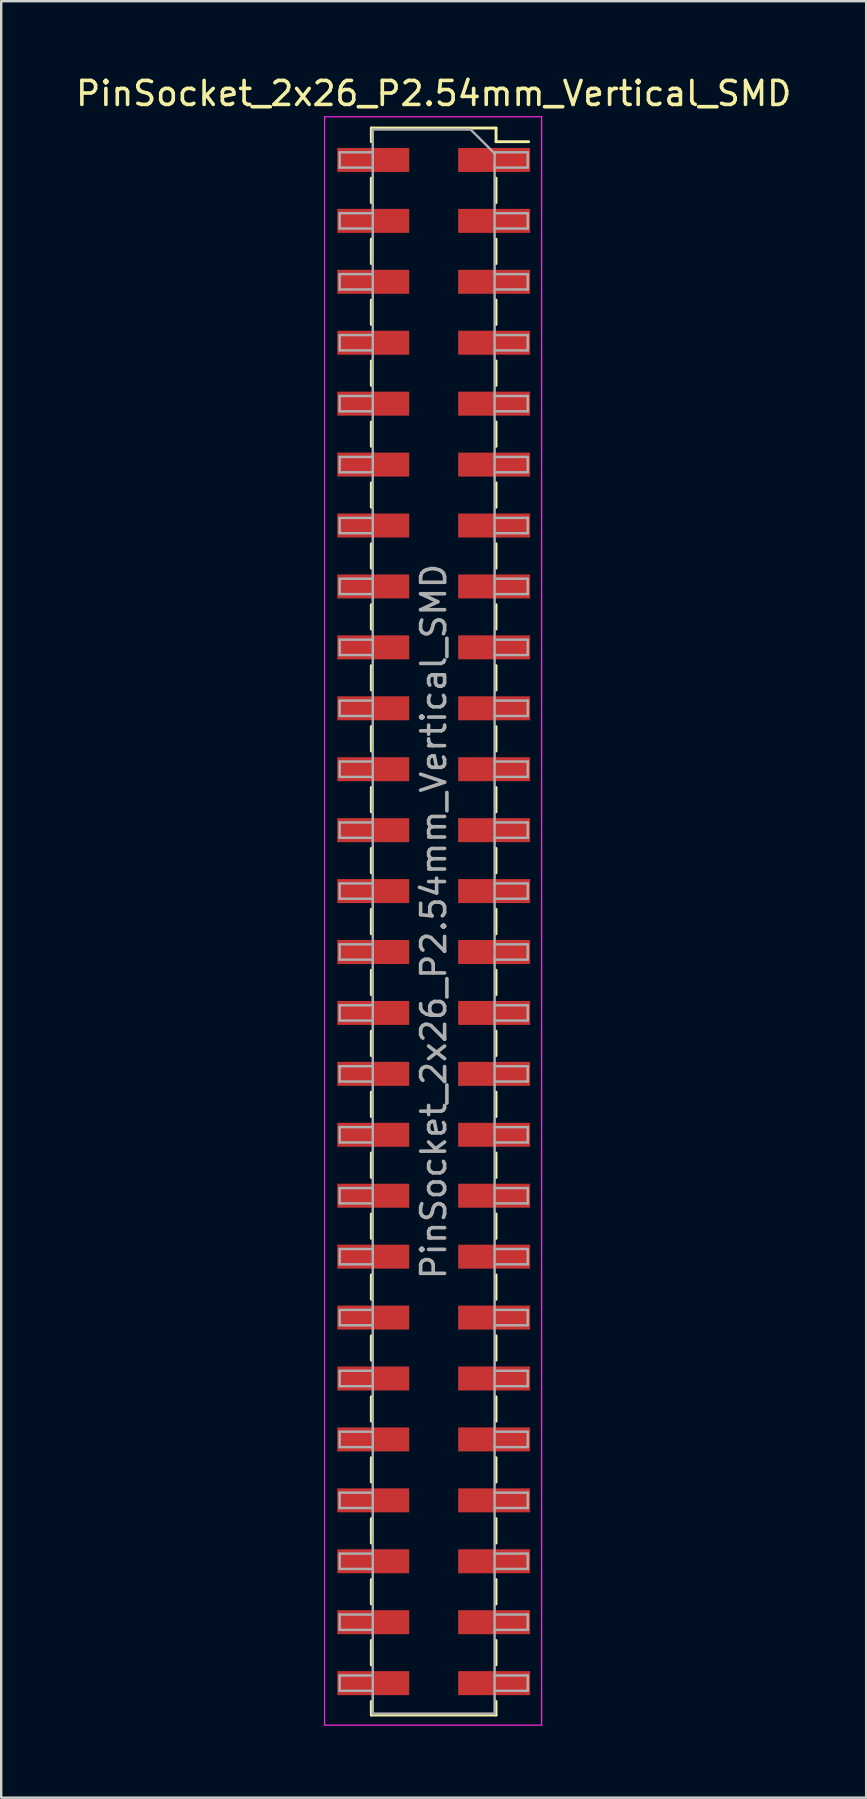
<source format=kicad_pcb>
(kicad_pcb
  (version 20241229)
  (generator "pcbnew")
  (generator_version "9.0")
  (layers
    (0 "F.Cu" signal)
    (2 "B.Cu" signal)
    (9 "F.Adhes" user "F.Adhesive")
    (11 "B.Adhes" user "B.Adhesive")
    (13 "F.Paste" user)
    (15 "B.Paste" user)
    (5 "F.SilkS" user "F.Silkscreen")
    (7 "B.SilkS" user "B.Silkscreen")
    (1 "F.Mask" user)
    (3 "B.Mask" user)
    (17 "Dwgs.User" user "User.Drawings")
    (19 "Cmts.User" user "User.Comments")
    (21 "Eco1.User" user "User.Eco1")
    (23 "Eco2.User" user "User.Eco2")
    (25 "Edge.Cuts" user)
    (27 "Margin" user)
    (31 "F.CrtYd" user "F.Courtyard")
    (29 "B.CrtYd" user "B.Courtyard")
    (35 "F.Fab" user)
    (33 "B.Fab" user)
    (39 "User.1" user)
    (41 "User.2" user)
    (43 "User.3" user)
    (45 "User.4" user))
  (footprint "PinSocket_2x26_P2.54mm_Vertical_SMD"
    (layer "F.Cu")
    (at 15.03 35.368)
    (property "Reference" "PinSocket_2x26_P2.54mm_Vertical_SMD" (at 0 -34.52 0) (layer "F.SilkS") (effects (font (size 1 1) (thickness 0.15))))
    (attr smd)
    (fp_line (start -2.6 -33.08) (end -2.6 -32.51) (stroke (width 0.12) (type solid)) (layer "F.SilkS"))
    (fp_line (start -2.6 -33.08) (end 2.6 -33.08) (stroke (width 0.12) (type solid)) (layer "F.SilkS"))
    (fp_line (start -2.6 -30.99) (end -2.6 -29.97) (stroke (width 0.12) (type solid)) (layer "F.SilkS"))
    (fp_line (start -2.6 -28.45) (end -2.6 -27.43) (stroke (width 0.12) (type solid)) (layer "F.SilkS"))
    (fp_line (start -2.6 -25.91) (end -2.6 -24.89) (stroke (width 0.12) (type solid)) (layer "F.SilkS"))
    (fp_line (start -2.6 -23.37) (end -2.6 -22.35) (stroke (width 0.12) (type solid)) (layer "F.SilkS"))
    (fp_line (start -2.6 -20.83) (end -2.6 -19.81) (stroke (width 0.12) (type solid)) (layer "F.SilkS"))
    (fp_line (start -2.6 -18.29) (end -2.6 -17.27) (stroke (width 0.12) (type solid)) (layer "F.SilkS"))
    (fp_line (start -2.6 -15.75) (end -2.6 -14.73) (stroke (width 0.12) (type solid)) (layer "F.SilkS"))
    (fp_line (start -2.6 -13.21) (end -2.6 -12.19) (stroke (width 0.12) (type solid)) (layer "F.SilkS"))
    (fp_line (start -2.6 -10.67) (end -2.6 -9.65) (stroke (width 0.12) (type solid)) (layer "F.SilkS"))
    (fp_line (start -2.6 -8.13) (end -2.6 -7.11) (stroke (width 0.12) (type solid)) (layer "F.SilkS"))
    (fp_line (start -2.6 -5.59) (end -2.6 -4.57) (stroke (width 0.12) (type solid)) (layer "F.SilkS"))
    (fp_line (start -2.6 -3.05) (end -2.6 -2.03) (stroke (width 0.12) (type solid)) (layer "F.SilkS"))
    (fp_line (start -2.6 -0.51) (end -2.6 0.51) (stroke (width 0.12) (type solid)) (layer "F.SilkS"))
    (fp_line (start -2.6 2.03) (end -2.6 3.05) (stroke (width 0.12) (type solid)) (layer "F.SilkS"))
    (fp_line (start -2.6 4.57) (end -2.6 5.59) (stroke (width 0.12) (type solid)) (layer "F.SilkS"))
    (fp_line (start -2.6 7.11) (end -2.6 8.13) (stroke (width 0.12) (type solid)) (layer "F.SilkS"))
    (fp_line (start -2.6 9.65) (end -2.6 10.67) (stroke (width 0.12) (type solid)) (layer "F.SilkS"))
    (fp_line (start -2.6 12.19) (end -2.6 13.21) (stroke (width 0.12) (type solid)) (layer "F.SilkS"))
    (fp_line (start -2.6 14.73) (end -2.6 15.75) (stroke (width 0.12) (type solid)) (layer "F.SilkS"))
    (fp_line (start -2.6 17.27) (end -2.6 18.29) (stroke (width 0.12) (type solid)) (layer "F.SilkS"))
    (fp_line (start -2.6 19.81) (end -2.6 20.83) (stroke (width 0.12) (type solid)) (layer "F.SilkS"))
    (fp_line (start -2.6 22.35) (end -2.6 23.37) (stroke (width 0.12) (type solid)) (layer "F.SilkS"))
    (fp_line (start -2.6 24.89) (end -2.6 25.91) (stroke (width 0.12) (type solid)) (layer "F.SilkS"))
    (fp_line (start -2.6 27.43) (end -2.6 28.45) (stroke (width 0.12) (type solid)) (layer "F.SilkS"))
    (fp_line (start -2.6 29.97) (end -2.6 30.99) (stroke (width 0.12) (type solid)) (layer "F.SilkS"))
    (fp_line (start -2.6 32.51) (end -2.6 33.08) (stroke (width 0.12) (type solid)) (layer "F.SilkS"))
    (fp_line (start -2.6 33.08) (end 2.6 33.08) (stroke (width 0.12) (type solid)) (layer "F.SilkS"))
    (fp_line (start 2.6 -33.08) (end 2.6 -32.51) (stroke (width 0.12) (type solid)) (layer "F.SilkS"))
    (fp_line (start 2.6 -32.51) (end 3.96 -32.51) (stroke (width 0.12) (type solid)) (layer "F.SilkS"))
    (fp_line (start 2.6 -30.99) (end 2.6 -29.97) (stroke (width 0.12) (type solid)) (layer "F.SilkS"))
    (fp_line (start 2.6 -28.45) (end 2.6 -27.43) (stroke (width 0.12) (type solid)) (layer "F.SilkS"))
    (fp_line (start 2.6 -25.91) (end 2.6 -24.89) (stroke (width 0.12) (type solid)) (layer "F.SilkS"))
    (fp_line (start 2.6 -23.37) (end 2.6 -22.35) (stroke (width 0.12) (type solid)) (layer "F.SilkS"))
    (fp_line (start 2.6 -20.83) (end 2.6 -19.81) (stroke (width 0.12) (type solid)) (layer "F.SilkS"))
    (fp_line (start 2.6 -18.29) (end 2.6 -17.27) (stroke (width 0.12) (type solid)) (layer "F.SilkS"))
    (fp_line (start 2.6 -15.75) (end 2.6 -14.73) (stroke (width 0.12) (type solid)) (layer "F.SilkS"))
    (fp_line (start 2.6 -13.21) (end 2.6 -12.19) (stroke (width 0.12) (type solid)) (layer "F.SilkS"))
    (fp_line (start 2.6 -10.67) (end 2.6 -9.65) (stroke (width 0.12) (type solid)) (layer "F.SilkS"))
    (fp_line (start 2.6 -8.13) (end 2.6 -7.11) (stroke (width 0.12) (type solid)) (layer "F.SilkS"))
    (fp_line (start 2.6 -5.59) (end 2.6 -4.57) (stroke (width 0.12) (type solid)) (layer "F.SilkS"))
    (fp_line (start 2.6 -3.05) (end 2.6 -2.03) (stroke (width 0.12) (type solid)) (layer "F.SilkS"))
    (fp_line (start 2.6 -0.51) (end 2.6 0.51) (stroke (width 0.12) (type solid)) (layer "F.SilkS"))
    (fp_line (start 2.6 2.03) (end 2.6 3.05) (stroke (width 0.12) (type solid)) (layer "F.SilkS"))
    (fp_line (start 2.6 4.57) (end 2.6 5.59) (stroke (width 0.12) (type solid)) (layer "F.SilkS"))
    (fp_line (start 2.6 7.11) (end 2.6 8.13) (stroke (width 0.12) (type solid)) (layer "F.SilkS"))
    (fp_line (start 2.6 9.65) (end 2.6 10.67) (stroke (width 0.12) (type solid)) (layer "F.SilkS"))
    (fp_line (start 2.6 12.19) (end 2.6 13.21) (stroke (width 0.12) (type solid)) (layer "F.SilkS"))
    (fp_line (start 2.6 14.73) (end 2.6 15.75) (stroke (width 0.12) (type solid)) (layer "F.SilkS"))
    (fp_line (start 2.6 17.27) (end 2.6 18.29) (stroke (width 0.12) (type solid)) (layer "F.SilkS"))
    (fp_line (start 2.6 19.81) (end 2.6 20.83) (stroke (width 0.12) (type solid)) (layer "F.SilkS"))
    (fp_line (start 2.6 22.35) (end 2.6 23.37) (stroke (width 0.12) (type solid)) (layer "F.SilkS"))
    (fp_line (start 2.6 24.89) (end 2.6 25.91) (stroke (width 0.12) (type solid)) (layer "F.SilkS"))
    (fp_line (start 2.6 27.43) (end 2.6 28.45) (stroke (width 0.12) (type solid)) (layer "F.SilkS"))
    (fp_line (start 2.6 29.97) (end 2.6 30.99) (stroke (width 0.12) (type solid)) (layer "F.SilkS"))
    (fp_line (start 2.6 32.51) (end 2.6 33.08) (stroke (width 0.12) (type solid)) (layer "F.SilkS"))
    (fp_line (start -4.55 -33.55) (end 4.5 -33.55) (stroke (width 0.05) (type solid)) (layer "F.CrtYd"))
    (fp_line (start -4.55 33.5) (end -4.55 -33.55) (stroke (width 0.05) (type solid)) (layer "F.CrtYd"))
    (fp_line (start 4.5 -33.55) (end 4.5 33.5) (stroke (width 0.05) (type solid)) (layer "F.CrtYd"))
    (fp_line (start 4.5 33.5) (end -4.55 33.5) (stroke (width 0.05) (type solid)) (layer "F.CrtYd"))
    (fp_line (start -3.92 -32.07) (end -2.54 -32.07) (stroke (width 0.1) (type solid)) (layer "F.Fab"))
    (fp_line (start -3.92 -31.43) (end -3.92 -32.07) (stroke (width 0.1) (type solid)) (layer "F.Fab"))
    (fp_line (start -3.92 -29.53) (end -2.54 -29.53) (stroke (width 0.1) (type solid)) (layer "F.Fab"))
    (fp_line (start -3.92 -28.89) (end -3.92 -29.53) (stroke (width 0.1) (type solid)) (layer "F.Fab"))
    (fp_line (start -3.92 -26.99) (end -2.54 -26.99) (stroke (width 0.1) (type solid)) (layer "F.Fab"))
    (fp_line (start -3.92 -26.35) (end -3.92 -26.99) (stroke (width 0.1) (type solid)) (layer "F.Fab"))
    (fp_line (start -3.92 -24.45) (end -2.54 -24.45) (stroke (width 0.1) (type solid)) (layer "F.Fab"))
    (fp_line (start -3.92 -23.81) (end -3.92 -24.45) (stroke (width 0.1) (type solid)) (layer "F.Fab"))
    (fp_line (start -3.92 -21.91) (end -2.54 -21.91) (stroke (width 0.1) (type solid)) (layer "F.Fab"))
    (fp_line (start -3.92 -21.27) (end -3.92 -21.91) (stroke (width 0.1) (type solid)) (layer "F.Fab"))
    (fp_line (start -3.92 -19.37) (end -2.54 -19.37) (stroke (width 0.1) (type solid)) (layer "F.Fab"))
    (fp_line (start -3.92 -18.73) (end -3.92 -19.37) (stroke (width 0.1) (type solid)) (layer "F.Fab"))
    (fp_line (start -3.92 -16.83) (end -2.54 -16.83) (stroke (width 0.1) (type solid)) (layer "F.Fab"))
    (fp_line (start -3.92 -16.19) (end -3.92 -16.83) (stroke (width 0.1) (type solid)) (layer "F.Fab"))
    (fp_line (start -3.92 -14.29) (end -2.54 -14.29) (stroke (width 0.1) (type solid)) (layer "F.Fab"))
    (fp_line (start -3.92 -13.65) (end -3.92 -14.29) (stroke (width 0.1) (type solid)) (layer "F.Fab"))
    (fp_line (start -3.92 -11.75) (end -2.54 -11.75) (stroke (width 0.1) (type solid)) (layer "F.Fab"))
    (fp_line (start -3.92 -11.11) (end -3.92 -11.75) (stroke (width 0.1) (type solid)) (layer "F.Fab"))
    (fp_line (start -3.92 -9.21) (end -2.54 -9.21) (stroke (width 0.1) (type solid)) (layer "F.Fab"))
    (fp_line (start -3.92 -8.57) (end -3.92 -9.21) (stroke (width 0.1) (type solid)) (layer "F.Fab"))
    (fp_line (start -3.92 -6.67) (end -2.54 -6.67) (stroke (width 0.1) (type solid)) (layer "F.Fab"))
    (fp_line (start -3.92 -6.03) (end -3.92 -6.67) (stroke (width 0.1) (type solid)) (layer "F.Fab"))
    (fp_line (start -3.92 -4.13) (end -2.54 -4.13) (stroke (width 0.1) (type solid)) (layer "F.Fab"))
    (fp_line (start -3.92 -3.49) (end -3.92 -4.13) (stroke (width 0.1) (type solid)) (layer "F.Fab"))
    (fp_line (start -3.92 -1.59) (end -2.54 -1.59) (stroke (width 0.1) (type solid)) (layer "F.Fab"))
    (fp_line (start -3.92 -0.95) (end -3.92 -1.59) (stroke (width 0.1) (type solid)) (layer "F.Fab"))
    (fp_line (start -3.92 0.95) (end -2.54 0.95) (stroke (width 0.1) (type solid)) (layer "F.Fab"))
    (fp_line (start -3.92 1.59) (end -3.92 0.95) (stroke (width 0.1) (type solid)) (layer "F.Fab"))
    (fp_line (start -3.92 3.49) (end -2.54 3.49) (stroke (width 0.1) (type solid)) (layer "F.Fab"))
    (fp_line (start -3.92 4.13) (end -3.92 3.49) (stroke (width 0.1) (type solid)) (layer "F.Fab"))
    (fp_line (start -3.92 6.03) (end -2.54 6.03) (stroke (width 0.1) (type solid)) (layer "F.Fab"))
    (fp_line (start -3.92 6.67) (end -3.92 6.03) (stroke (width 0.1) (type solid)) (layer "F.Fab"))
    (fp_line (start -3.92 8.57) (end -2.54 8.57) (stroke (width 0.1) (type solid)) (layer "F.Fab"))
    (fp_line (start -3.92 9.21) (end -3.92 8.57) (stroke (width 0.1) (type solid)) (layer "F.Fab"))
    (fp_line (start -3.92 11.11) (end -2.54 11.11) (stroke (width 0.1) (type solid)) (layer "F.Fab"))
    (fp_line (start -3.92 11.75) (end -3.92 11.11) (stroke (width 0.1) (type solid)) (layer "F.Fab"))
    (fp_line (start -3.92 13.65) (end -2.54 13.65) (stroke (width 0.1) (type solid)) (layer "F.Fab"))
    (fp_line (start -3.92 14.29) (end -3.92 13.65) (stroke (width 0.1) (type solid)) (layer "F.Fab"))
    (fp_line (start -3.92 16.19) (end -2.54 16.19) (stroke (width 0.1) (type solid)) (layer "F.Fab"))
    (fp_line (start -3.92 16.83) (end -3.92 16.19) (stroke (width 0.1) (type solid)) (layer "F.Fab"))
    (fp_line (start -3.92 18.73) (end -2.54 18.73) (stroke (width 0.1) (type solid)) (layer "F.Fab"))
    (fp_line (start -3.92 19.37) (end -3.92 18.73) (stroke (width 0.1) (type solid)) (layer "F.Fab"))
    (fp_line (start -3.92 21.27) (end -2.54 21.27) (stroke (width 0.1) (type solid)) (layer "F.Fab"))
    (fp_line (start -3.92 21.91) (end -3.92 21.27) (stroke (width 0.1) (type solid)) (layer "F.Fab"))
    (fp_line (start -3.92 23.81) (end -2.54 23.81) (stroke (width 0.1) (type solid)) (layer "F.Fab"))
    (fp_line (start -3.92 24.45) (end -3.92 23.81) (stroke (width 0.1) (type solid)) (layer "F.Fab"))
    (fp_line (start -3.92 26.35) (end -2.54 26.35) (stroke (width 0.1) (type solid)) (layer "F.Fab"))
    (fp_line (start -3.92 26.99) (end -3.92 26.35) (stroke (width 0.1) (type solid)) (layer "F.Fab"))
    (fp_line (start -3.92 28.89) (end -2.54 28.89) (stroke (width 0.1) (type solid)) (layer "F.Fab"))
    (fp_line (start -3.92 29.53) (end -3.92 28.89) (stroke (width 0.1) (type solid)) (layer "F.Fab"))
    (fp_line (start -3.92 31.43) (end -2.54 31.43) (stroke (width 0.1) (type solid)) (layer "F.Fab"))
    (fp_line (start -3.92 32.07) (end -3.92 31.43) (stroke (width 0.1) (type solid)) (layer "F.Fab"))
    (fp_line (start -2.54 -33.02) (end 1.54 -33.02) (stroke (width 0.1) (type solid)) (layer "F.Fab"))
    (fp_line (start -2.54 -31.43) (end -3.92 -31.43) (stroke (width 0.1) (type solid)) (layer "F.Fab"))
    (fp_line (start -2.54 -28.89) (end -3.92 -28.89) (stroke (width 0.1) (type solid)) (layer "F.Fab"))
    (fp_line (start -2.54 -26.35) (end -3.92 -26.35) (stroke (width 0.1) (type solid)) (layer "F.Fab"))
    (fp_line (start -2.54 -23.81) (end -3.92 -23.81) (stroke (width 0.1) (type solid)) (layer "F.Fab"))
    (fp_line (start -2.54 -21.27) (end -3.92 -21.27) (stroke (width 0.1) (type solid)) (layer "F.Fab"))
    (fp_line (start -2.54 -18.73) (end -3.92 -18.73) (stroke (width 0.1) (type solid)) (layer "F.Fab"))
    (fp_line (start -2.54 -16.19) (end -3.92 -16.19) (stroke (width 0.1) (type solid)) (layer "F.Fab"))
    (fp_line (start -2.54 -13.65) (end -3.92 -13.65) (stroke (width 0.1) (type solid)) (layer "F.Fab"))
    (fp_line (start -2.54 -11.11) (end -3.92 -11.11) (stroke (width 0.1) (type solid)) (layer "F.Fab"))
    (fp_line (start -2.54 -8.57) (end -3.92 -8.57) (stroke (width 0.1) (type solid)) (layer "F.Fab"))
    (fp_line (start -2.54 -6.03) (end -3.92 -6.03) (stroke (width 0.1) (type solid)) (layer "F.Fab"))
    (fp_line (start -2.54 -3.49) (end -3.92 -3.49) (stroke (width 0.1) (type solid)) (layer "F.Fab"))
    (fp_line (start -2.54 -0.95) (end -3.92 -0.95) (stroke (width 0.1) (type solid)) (layer "F.Fab"))
    (fp_line (start -2.54 1.59) (end -3.92 1.59) (stroke (width 0.1) (type solid)) (layer "F.Fab"))
    (fp_line (start -2.54 4.13) (end -3.92 4.13) (stroke (width 0.1) (type solid)) (layer "F.Fab"))
    (fp_line (start -2.54 6.67) (end -3.92 6.67) (stroke (width 0.1) (type solid)) (layer "F.Fab"))
    (fp_line (start -2.54 9.21) (end -3.92 9.21) (stroke (width 0.1) (type solid)) (layer "F.Fab"))
    (fp_line (start -2.54 11.75) (end -3.92 11.75) (stroke (width 0.1) (type solid)) (layer "F.Fab"))
    (fp_line (start -2.54 14.29) (end -3.92 14.29) (stroke (width 0.1) (type solid)) (layer "F.Fab"))
    (fp_line (start -2.54 16.83) (end -3.92 16.83) (stroke (width 0.1) (type solid)) (layer "F.Fab"))
    (fp_line (start -2.54 19.37) (end -3.92 19.37) (stroke (width 0.1) (type solid)) (layer "F.Fab"))
    (fp_line (start -2.54 21.91) (end -3.92 21.91) (stroke (width 0.1) (type solid)) (layer "F.Fab"))
    (fp_line (start -2.54 24.45) (end -3.92 24.45) (stroke (width 0.1) (type solid)) (layer "F.Fab"))
    (fp_line (start -2.54 26.99) (end -3.92 26.99) (stroke (width 0.1) (type solid)) (layer "F.Fab"))
    (fp_line (start -2.54 29.53) (end -3.92 29.53) (stroke (width 0.1) (type solid)) (layer "F.Fab"))
    (fp_line (start -2.54 32.07) (end -3.92 32.07) (stroke (width 0.1) (type solid)) (layer "F.Fab"))
    (fp_line (start -2.54 33.02) (end -2.54 -33.02) (stroke (width 0.1) (type solid)) (layer "F.Fab"))
    (fp_line (start 1.54 -33.02) (end 2.54 -32.02) (stroke (width 0.1) (type solid)) (layer "F.Fab"))
    (fp_line (start 2.54 -32.07) (end 3.92 -32.07) (stroke (width 0.1) (type solid)) (layer "F.Fab"))
    (fp_line (start 2.54 -32.02) (end 2.54 33.02) (stroke (width 0.1) (type solid)) (layer "F.Fab"))
    (fp_line (start 2.54 -29.53) (end 3.92 -29.53) (stroke (width 0.1) (type solid)) (layer "F.Fab"))
    (fp_line (start 2.54 -26.99) (end 3.92 -26.99) (stroke (width 0.1) (type solid)) (layer "F.Fab"))
    (fp_line (start 2.54 -24.45) (end 3.92 -24.45) (stroke (width 0.1) (type solid)) (layer "F.Fab"))
    (fp_line (start 2.54 -21.91) (end 3.92 -21.91) (stroke (width 0.1) (type solid)) (layer "F.Fab"))
    (fp_line (start 2.54 -19.37) (end 3.92 -19.37) (stroke (width 0.1) (type solid)) (layer "F.Fab"))
    (fp_line (start 2.54 -16.83) (end 3.92 -16.83) (stroke (width 0.1) (type solid)) (layer "F.Fab"))
    (fp_line (start 2.54 -14.29) (end 3.92 -14.29) (stroke (width 0.1) (type solid)) (layer "F.Fab"))
    (fp_line (start 2.54 -11.75) (end 3.92 -11.75) (stroke (width 0.1) (type solid)) (layer "F.Fab"))
    (fp_line (start 2.54 -9.21) (end 3.92 -9.21) (stroke (width 0.1) (type solid)) (layer "F.Fab"))
    (fp_line (start 2.54 -6.67) (end 3.92 -6.67) (stroke (width 0.1) (type solid)) (layer "F.Fab"))
    (fp_line (start 2.54 -4.13) (end 3.92 -4.13) (stroke (width 0.1) (type solid)) (layer "F.Fab"))
    (fp_line (start 2.54 -1.59) (end 3.92 -1.59) (stroke (width 0.1) (type solid)) (layer "F.Fab"))
    (fp_line (start 2.54 0.95) (end 3.92 0.95) (stroke (width 0.1) (type solid)) (layer "F.Fab"))
    (fp_line (start 2.54 3.49) (end 3.92 3.49) (stroke (width 0.1) (type solid)) (layer "F.Fab"))
    (fp_line (start 2.54 6.03) (end 3.92 6.03) (stroke (width 0.1) (type solid)) (layer "F.Fab"))
    (fp_line (start 2.54 8.57) (end 3.92 8.57) (stroke (width 0.1) (type solid)) (layer "F.Fab"))
    (fp_line (start 2.54 11.11) (end 3.92 11.11) (stroke (width 0.1) (type solid)) (layer "F.Fab"))
    (fp_line (start 2.54 13.65) (end 3.92 13.65) (stroke (width 0.1) (type solid)) (layer "F.Fab"))
    (fp_line (start 2.54 16.19) (end 3.92 16.19) (stroke (width 0.1) (type solid)) (layer "F.Fab"))
    (fp_line (start 2.54 18.73) (end 3.92 18.73) (stroke (width 0.1) (type solid)) (layer "F.Fab"))
    (fp_line (start 2.54 21.27) (end 3.92 21.27) (stroke (width 0.1) (type solid)) (layer "F.Fab"))
    (fp_line (start 2.54 23.81) (end 3.92 23.81) (stroke (width 0.1) (type solid)) (layer "F.Fab"))
    (fp_line (start 2.54 26.35) (end 3.92 26.35) (stroke (width 0.1) (type solid)) (layer "F.Fab"))
    (fp_line (start 2.54 28.89) (end 3.92 28.89) (stroke (width 0.1) (type solid)) (layer "F.Fab"))
    (fp_line (start 2.54 31.43) (end 3.92 31.43) (stroke (width 0.1) (type solid)) (layer "F.Fab"))
    (fp_line (start 2.54 33.02) (end -2.54 33.02) (stroke (width 0.1) (type solid)) (layer "F.Fab"))
    (fp_line (start 3.92 -32.07) (end 3.92 -31.43) (stroke (width 0.1) (type solid)) (layer "F.Fab"))
    (fp_line (start 3.92 -31.43) (end 2.54 -31.43) (stroke (width 0.1) (type solid)) (layer "F.Fab"))
    (fp_line (start 3.92 -29.53) (end 3.92 -28.89) (stroke (width 0.1) (type solid)) (layer "F.Fab"))
    (fp_line (start 3.92 -28.89) (end 2.54 -28.89) (stroke (width 0.1) (type solid)) (layer "F.Fab"))
    (fp_line (start 3.92 -26.99) (end 3.92 -26.35) (stroke (width 0.1) (type solid)) (layer "F.Fab"))
    (fp_line (start 3.92 -26.35) (end 2.54 -26.35) (stroke (width 0.1) (type solid)) (layer "F.Fab"))
    (fp_line (start 3.92 -24.45) (end 3.92 -23.81) (stroke (width 0.1) (type solid)) (layer "F.Fab"))
    (fp_line (start 3.92 -23.81) (end 2.54 -23.81) (stroke (width 0.1) (type solid)) (layer "F.Fab"))
    (fp_line (start 3.92 -21.91) (end 3.92 -21.27) (stroke (width 0.1) (type solid)) (layer "F.Fab"))
    (fp_line (start 3.92 -21.27) (end 2.54 -21.27) (stroke (width 0.1) (type solid)) (layer "F.Fab"))
    (fp_line (start 3.92 -19.37) (end 3.92 -18.73) (stroke (width 0.1) (type solid)) (layer "F.Fab"))
    (fp_line (start 3.92 -18.73) (end 2.54 -18.73) (stroke (width 0.1) (type solid)) (layer "F.Fab"))
    (fp_line (start 3.92 -16.83) (end 3.92 -16.19) (stroke (width 0.1) (type solid)) (layer "F.Fab"))
    (fp_line (start 3.92 -16.19) (end 2.54 -16.19) (stroke (width 0.1) (type solid)) (layer "F.Fab"))
    (fp_line (start 3.92 -14.29) (end 3.92 -13.65) (stroke (width 0.1) (type solid)) (layer "F.Fab"))
    (fp_line (start 3.92 -13.65) (end 2.54 -13.65) (stroke (width 0.1) (type solid)) (layer "F.Fab"))
    (fp_line (start 3.92 -11.75) (end 3.92 -11.11) (stroke (width 0.1) (type solid)) (layer "F.Fab"))
    (fp_line (start 3.92 -11.11) (end 2.54 -11.11) (stroke (width 0.1) (type solid)) (layer "F.Fab"))
    (fp_line (start 3.92 -9.21) (end 3.92 -8.57) (stroke (width 0.1) (type solid)) (layer "F.Fab"))
    (fp_line (start 3.92 -8.57) (end 2.54 -8.57) (stroke (width 0.1) (type solid)) (layer "F.Fab"))
    (fp_line (start 3.92 -6.67) (end 3.92 -6.03) (stroke (width 0.1) (type solid)) (layer "F.Fab"))
    (fp_line (start 3.92 -6.03) (end 2.54 -6.03) (stroke (width 0.1) (type solid)) (layer "F.Fab"))
    (fp_line (start 3.92 -4.13) (end 3.92 -3.49) (stroke (width 0.1) (type solid)) (layer "F.Fab"))
    (fp_line (start 3.92 -3.49) (end 2.54 -3.49) (stroke (width 0.1) (type solid)) (layer "F.Fab"))
    (fp_line (start 3.92 -1.59) (end 3.92 -0.95) (stroke (width 0.1) (type solid)) (layer "F.Fab"))
    (fp_line (start 3.92 -0.95) (end 2.54 -0.95) (stroke (width 0.1) (type solid)) (layer "F.Fab"))
    (fp_line (start 3.92 0.95) (end 3.92 1.59) (stroke (width 0.1) (type solid)) (layer "F.Fab"))
    (fp_line (start 3.92 1.59) (end 2.54 1.59) (stroke (width 0.1) (type solid)) (layer "F.Fab"))
    (fp_line (start 3.92 3.49) (end 3.92 4.13) (stroke (width 0.1) (type solid)) (layer "F.Fab"))
    (fp_line (start 3.92 4.13) (end 2.54 4.13) (stroke (width 0.1) (type solid)) (layer "F.Fab"))
    (fp_line (start 3.92 6.03) (end 3.92 6.67) (stroke (width 0.1) (type solid)) (layer "F.Fab"))
    (fp_line (start 3.92 6.67) (end 2.54 6.67) (stroke (width 0.1) (type solid)) (layer "F.Fab"))
    (fp_line (start 3.92 8.57) (end 3.92 9.21) (stroke (width 0.1) (type solid)) (layer "F.Fab"))
    (fp_line (start 3.92 9.21) (end 2.54 9.21) (stroke (width 0.1) (type solid)) (layer "F.Fab"))
    (fp_line (start 3.92 11.11) (end 3.92 11.75) (stroke (width 0.1) (type solid)) (layer "F.Fab"))
    (fp_line (start 3.92 11.75) (end 2.54 11.75) (stroke (width 0.1) (type solid)) (layer "F.Fab"))
    (fp_line (start 3.92 13.65) (end 3.92 14.29) (stroke (width 0.1) (type solid)) (layer "F.Fab"))
    (fp_line (start 3.92 14.29) (end 2.54 14.29) (stroke (width 0.1) (type solid)) (layer "F.Fab"))
    (fp_line (start 3.92 16.19) (end 3.92 16.83) (stroke (width 0.1) (type solid)) (layer "F.Fab"))
    (fp_line (start 3.92 16.83) (end 2.54 16.83) (stroke (width 0.1) (type solid)) (layer "F.Fab"))
    (fp_line (start 3.92 18.73) (end 3.92 19.37) (stroke (width 0.1) (type solid)) (layer "F.Fab"))
    (fp_line (start 3.92 19.37) (end 2.54 19.37) (stroke (width 0.1) (type solid)) (layer "F.Fab"))
    (fp_line (start 3.92 21.27) (end 3.92 21.91) (stroke (width 0.1) (type solid)) (layer "F.Fab"))
    (fp_line (start 3.92 21.91) (end 2.54 21.91) (stroke (width 0.1) (type solid)) (layer "F.Fab"))
    (fp_line (start 3.92 23.81) (end 3.92 24.45) (stroke (width 0.1) (type solid)) (layer "F.Fab"))
    (fp_line (start 3.92 24.45) (end 2.54 24.45) (stroke (width 0.1) (type solid)) (layer "F.Fab"))
    (fp_line (start 3.92 26.35) (end 3.92 26.99) (stroke (width 0.1) (type solid)) (layer "F.Fab"))
    (fp_line (start 3.92 26.99) (end 2.54 26.99) (stroke (width 0.1) (type solid)) (layer "F.Fab"))
    (fp_line (start 3.92 28.89) (end 3.92 29.53) (stroke (width 0.1) (type solid)) (layer "F.Fab"))
    (fp_line (start 3.92 29.53) (end 2.54 29.53) (stroke (width 0.1) (type solid)) (layer "F.Fab"))
    (fp_line (start 3.92 31.43) (end 3.92 32.07) (stroke (width 0.1) (type solid)) (layer "F.Fab"))
    (fp_line (start 3.92 32.07) (end 2.54 32.07) (stroke (width 0.1) (type solid)) (layer "F.Fab"))
    (fp_text user "${REFERENCE}" (at 0 0 90) (layer "F.Fab") (effects (font (size 1 1) (thickness 0.15))))
    (pad "1" smd rect (at 2.52 -31.75) (size 3 1) (layers "F.Cu" "F.Mask" "F.Paste"))
    (pad "2" smd rect (at -2.52 -31.75) (size 3 1) (layers "F.Cu" "F.Mask" "F.Paste"))
    (pad "3" smd rect (at 2.52 -29.21) (size 3 1) (layers "F.Cu" "F.Mask" "F.Paste"))
    (pad "4" smd rect (at -2.52 -29.21) (size 3 1) (layers "F.Cu" "F.Mask" "F.Paste"))
    (pad "5" smd rect (at 2.52 -26.67) (size 3 1) (layers "F.Cu" "F.Mask" "F.Paste"))
    (pad "6" smd rect (at -2.52 -26.67) (size 3 1) (layers "F.Cu" "F.Mask" "F.Paste"))
    (pad "7" smd rect (at 2.52 -24.13) (size 3 1) (layers "F.Cu" "F.Mask" "F.Paste"))
    (pad "8" smd rect (at -2.52 -24.13) (size 3 1) (layers "F.Cu" "F.Mask" "F.Paste"))
    (pad "9" smd rect (at 2.52 -21.59) (size 3 1) (layers "F.Cu" "F.Mask" "F.Paste"))
    (pad "10" smd rect (at -2.52 -21.59) (size 3 1) (layers "F.Cu" "F.Mask" "F.Paste"))
    (pad "11" smd rect (at 2.52 -19.05) (size 3 1) (layers "F.Cu" "F.Mask" "F.Paste"))
    (pad "12" smd rect (at -2.52 -19.05) (size 3 1) (layers "F.Cu" "F.Mask" "F.Paste"))
    (pad "13" smd rect (at 2.52 -16.51) (size 3 1) (layers "F.Cu" "F.Mask" "F.Paste"))
    (pad "14" smd rect (at -2.52 -16.51) (size 3 1) (layers "F.Cu" "F.Mask" "F.Paste"))
    (pad "15" smd rect (at 2.52 -13.97) (size 3 1) (layers "F.Cu" "F.Mask" "F.Paste"))
    (pad "16" smd rect (at -2.52 -13.97) (size 3 1) (layers "F.Cu" "F.Mask" "F.Paste"))
    (pad "17" smd rect (at 2.52 -11.43) (size 3 1) (layers "F.Cu" "F.Mask" "F.Paste"))
    (pad "18" smd rect (at -2.52 -11.43) (size 3 1) (layers "F.Cu" "F.Mask" "F.Paste"))
    (pad "19" smd rect (at 2.52 -8.89) (size 3 1) (layers "F.Cu" "F.Mask" "F.Paste"))
    (pad "20" smd rect (at -2.52 -8.89) (size 3 1) (layers "F.Cu" "F.Mask" "F.Paste"))
    (pad "21" smd rect (at 2.52 -6.35) (size 3 1) (layers "F.Cu" "F.Mask" "F.Paste"))
    (pad "22" smd rect (at -2.52 -6.35) (size 3 1) (layers "F.Cu" "F.Mask" "F.Paste"))
    (pad "23" smd rect (at 2.52 -3.81) (size 3 1) (layers "F.Cu" "F.Mask" "F.Paste"))
    (pad "24" smd rect (at -2.52 -3.81) (size 3 1) (layers "F.Cu" "F.Mask" "F.Paste"))
    (pad "25" smd rect (at 2.52 -1.27) (size 3 1) (layers "F.Cu" "F.Mask" "F.Paste"))
    (pad "26" smd rect (at -2.52 -1.27) (size 3 1) (layers "F.Cu" "F.Mask" "F.Paste"))
    (pad "27" smd rect (at 2.52 1.27) (size 3 1) (layers "F.Cu" "F.Mask" "F.Paste"))
    (pad "28" smd rect (at -2.52 1.27) (size 3 1) (layers "F.Cu" "F.Mask" "F.Paste"))
    (pad "29" smd rect (at 2.52 3.81) (size 3 1) (layers "F.Cu" "F.Mask" "F.Paste"))
    (pad "30" smd rect (at -2.52 3.81) (size 3 1) (layers "F.Cu" "F.Mask" "F.Paste"))
    (pad "31" smd rect (at 2.52 6.35) (size 3 1) (layers "F.Cu" "F.Mask" "F.Paste"))
    (pad "32" smd rect (at -2.52 6.35) (size 3 1) (layers "F.Cu" "F.Mask" "F.Paste"))
    (pad "33" smd rect (at 2.52 8.89) (size 3 1) (layers "F.Cu" "F.Mask" "F.Paste"))
    (pad "34" smd rect (at -2.52 8.89) (size 3 1) (layers "F.Cu" "F.Mask" "F.Paste"))
    (pad "35" smd rect (at 2.52 11.43) (size 3 1) (layers "F.Cu" "F.Mask" "F.Paste"))
    (pad "36" smd rect (at -2.52 11.43) (size 3 1) (layers "F.Cu" "F.Mask" "F.Paste"))
    (pad "37" smd rect (at 2.52 13.97) (size 3 1) (layers "F.Cu" "F.Mask" "F.Paste"))
    (pad "38" smd rect (at -2.52 13.97) (size 3 1) (layers "F.Cu" "F.Mask" "F.Paste"))
    (pad "39" smd rect (at 2.52 16.51) (size 3 1) (layers "F.Cu" "F.Mask" "F.Paste"))
    (pad "40" smd rect (at -2.52 16.51) (size 3 1) (layers "F.Cu" "F.Mask" "F.Paste"))
    (pad "41" smd rect (at 2.52 19.05) (size 3 1) (layers "F.Cu" "F.Mask" "F.Paste"))
    (pad "42" smd rect (at -2.52 19.05) (size 3 1) (layers "F.Cu" "F.Mask" "F.Paste"))
    (pad "43" smd rect (at 2.52 21.59) (size 3 1) (layers "F.Cu" "F.Mask" "F.Paste"))
    (pad "44" smd rect (at -2.52 21.59) (size 3 1) (layers "F.Cu" "F.Mask" "F.Paste"))
    (pad "45" smd rect (at 2.52 24.13) (size 3 1) (layers "F.Cu" "F.Mask" "F.Paste"))
    (pad "46" smd rect (at -2.52 24.13) (size 3 1) (layers "F.Cu" "F.Mask" "F.Paste"))
    (pad "47" smd rect (at 2.52 26.67) (size 3 1) (layers "F.Cu" "F.Mask" "F.Paste"))
    (pad "48" smd rect (at -2.52 26.67) (size 3 1) (layers "F.Cu" "F.Mask" "F.Paste"))
    (pad "49" smd rect (at 2.52 29.21) (size 3 1) (layers "F.Cu" "F.Mask" "F.Paste"))
    (pad "50" smd rect (at -2.52 29.21) (size 3 1) (layers "F.Cu" "F.Mask" "F.Paste"))
    (pad "51" smd rect (at 2.52 31.75) (size 3 1) (layers "F.Cu" "F.Mask" "F.Paste"))
    (pad "52" smd rect (at -2.52 31.75) (size 3 1) (layers "F.Cu" "F.Mask" "F.Paste")))
  (gr_rect
    (start -3 -3)
    (end 33.06 71.893)
    (stroke (width 0.1) (type default))
    (fill no)
    (layer "Edge.Cuts")))
</source>
